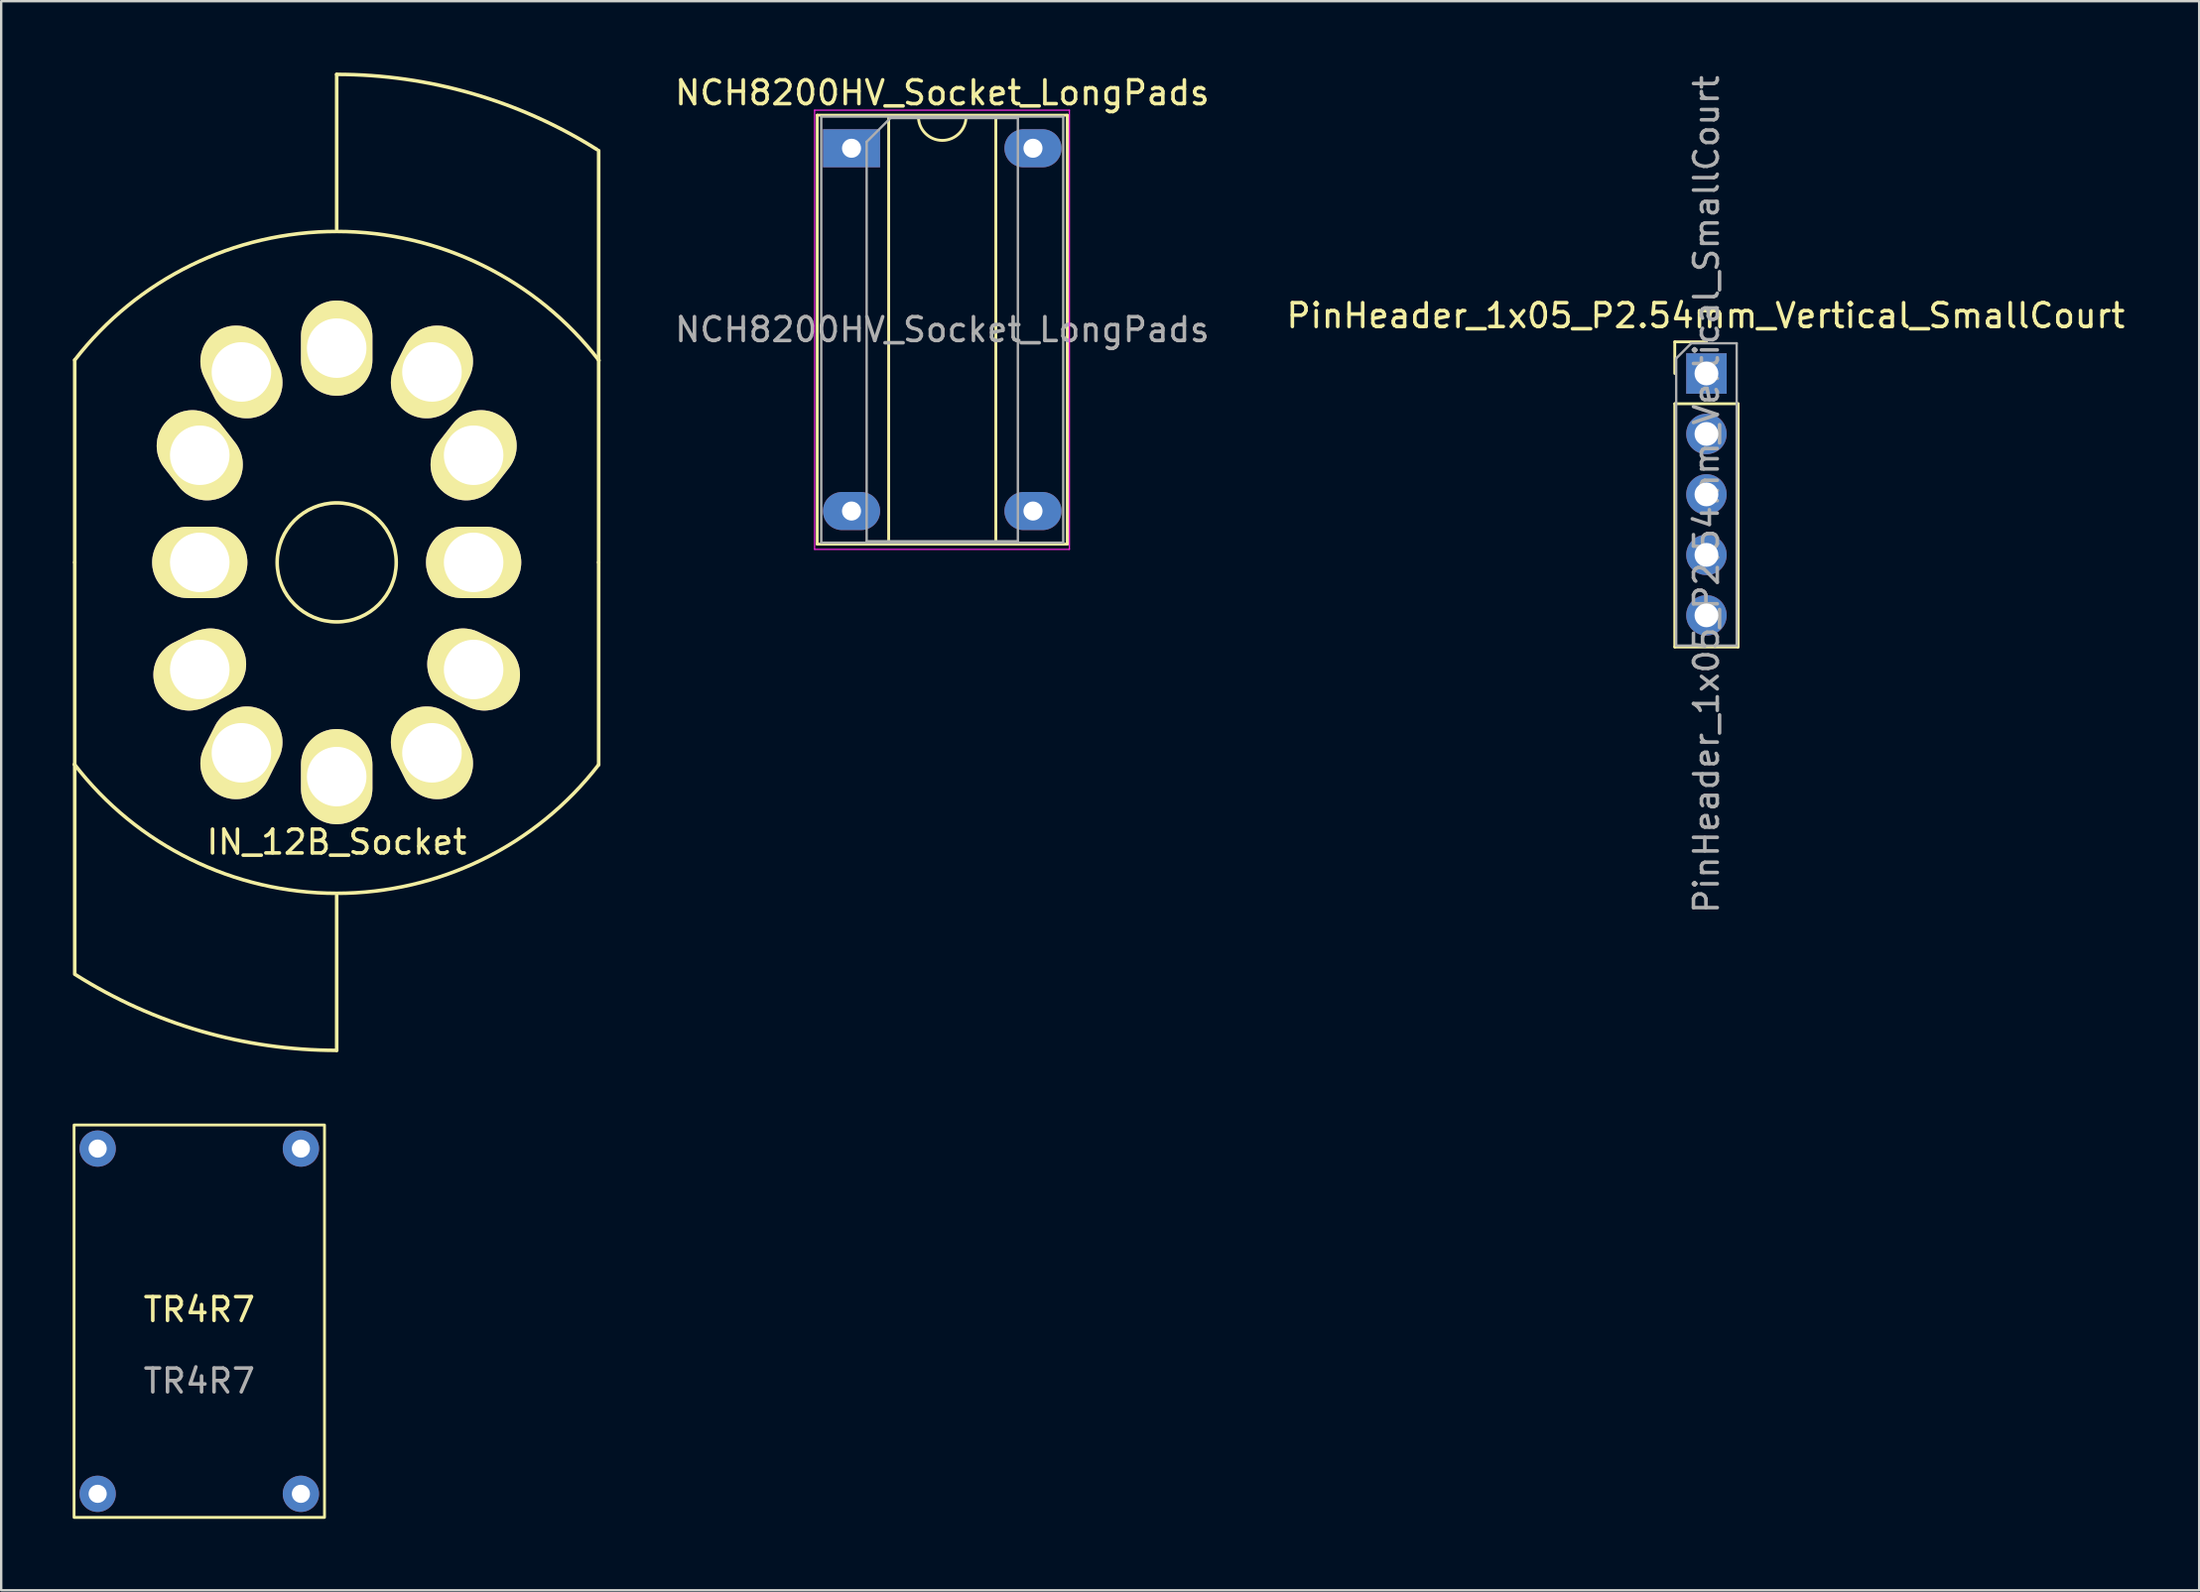
<source format=kicad_pcb>
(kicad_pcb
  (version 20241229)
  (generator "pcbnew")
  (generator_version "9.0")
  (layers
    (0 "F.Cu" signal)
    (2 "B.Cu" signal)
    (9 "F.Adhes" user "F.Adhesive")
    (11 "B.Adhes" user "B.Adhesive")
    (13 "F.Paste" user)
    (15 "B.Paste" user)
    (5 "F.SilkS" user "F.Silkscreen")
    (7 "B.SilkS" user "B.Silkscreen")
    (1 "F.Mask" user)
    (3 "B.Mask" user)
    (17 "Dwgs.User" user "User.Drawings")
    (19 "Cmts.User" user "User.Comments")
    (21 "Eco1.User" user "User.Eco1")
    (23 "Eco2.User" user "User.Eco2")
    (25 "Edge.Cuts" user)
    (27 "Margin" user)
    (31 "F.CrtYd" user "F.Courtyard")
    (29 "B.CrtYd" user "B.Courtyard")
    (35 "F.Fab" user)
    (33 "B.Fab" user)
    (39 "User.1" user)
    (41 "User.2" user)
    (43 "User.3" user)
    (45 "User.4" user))
  (footprint "TR4R7"
    (layer "F.Cu")
    (at 5.318 52.465)
    (property "Reference" "TR4R7" (at 0 -0.5 0) (unlocked yes) (layer "F.SilkS") (effects (font (size 1 1) (thickness 0.15))))
    (attr through_hole)
    (fp_rect (start -5.258 -8.255) (end 5.258 8.23) (stroke (width 0.12) (type default)) (fill no) (layer "F.SilkS"))
    (fp_text user "${REFERENCE}" (at 0 2.5 0) (unlocked yes) (layer "F.Fab") (effects (font (size 1 1) (thickness 0.15))))
    (pad "1" thru_hole circle (at -4.267 -7.264) (size 1.524 1.524) (drill 0.762) (layers "*.Cu" "*.Mask"))
    (pad "2" thru_hole circle (at -4.267 7.239) (size 1.524 1.524) (drill 0.762) (layers "*.Cu" "*.Mask"))
    (pad "3" thru_hole circle (at 4.267 7.239) (size 1.524 1.524) (drill 0.762) (layers "*.Cu" "*.Mask"))
    (pad "4" thru_hole circle (at 4.267 -7.264) (size 1.524 1.524) (drill 0.762) (layers "*.Cu" "*.Mask")))
  (footprint "IN_12B_Socket"
    (layer "F.Cu")
    (at 11.088 20.575)
    (property "Reference" "IN_12B_Socket" (at 0 11.75 0) (layer "F.SilkS") (effects (font (size 1 1) (thickness 0.15))))
    (attr through_hole)
    (fp_line (start -11 0) (end -11 -8.5) (stroke (width 0.15) (type solid)) (layer "F.SilkS"))
    (fp_line (start -11 0) (end -11 8.5) (stroke (width 0.15) (type solid)) (layer "F.SilkS"))
    (fp_line (start -11 17.3) (end -11 8.5) (stroke (width 0.15) (type solid)) (layer "F.SilkS"))
    (fp_line (start 0 -20.5) (end 0 -14) (stroke (width 0.15) (type solid)) (layer "F.SilkS"))
    (fp_line (start 0 20.5) (end 0 14) (stroke (width 0.15) (type solid)) (layer "F.SilkS"))
    (fp_line (start 11 -17.3) (end 11 -8.5) (stroke (width 0.15) (type solid)) (layer "F.SilkS"))
    (fp_line (start 11 0) (end 11 -8.5) (stroke (width 0.15) (type solid)) (layer "F.SilkS"))
    (fp_line (start 11 0) (end 11 8.5) (stroke (width 0.15) (type solid)) (layer "F.SilkS"))
    (fp_arc (start -11 -8.5) (mid 0.010734 -13.901435) (end 11.013113 -8.483003) (stroke (width 0.15) (type solid)) (layer "F.SilkS"))
    (fp_arc (start 0 -20.5) (mid 5.684951 -19.695973) (end 10.923964 -17.34696) (stroke (width 0.15) (type solid)) (layer "F.SilkS"))
    (fp_arc (start 0 20.5) (mid -5.702136 19.691004) (end -10.954223 17.327868) (stroke (width 0.15) (type solid)) (layer "F.SilkS"))
    (fp_arc (start 11 8.5) (mid -0.010734 13.901435) (end -11.013113 8.483003) (stroke (width 0.15) (type solid)) (layer "F.SilkS"))
    (fp_circle (center 0 0) (end 2.5 0) (stroke (width 0.15) (type solid)) (fill no) (layer "F.SilkS"))
    (pad "1" thru_hole oval (at 4 -8 333.4) (size 3 4) (drill 2.5) (layers "*.Cu" "*.Mask" "F.SilkS"))
    (pad "2" thru_hole oval (at 5.75 -4.5 322) (size 3 4) (drill 2.5) (layers "*.Cu" "*.Mask" "F.SilkS"))
    (pad "3" thru_hole oval (at 5.75 0 270) (size 3 4) (drill 2.5) (layers "*.Cu" "*.Mask" "F.SilkS"))
    (pad "4" thru_hole oval (at 5.75 4.5 243.4) (size 3 4) (drill 2.5) (layers "*.Cu" "*.Mask" "F.SilkS"))
    (pad "5" thru_hole oval (at 4 8 206.6) (size 3 4) (drill 2.5) (layers "*.Cu" "*.Mask" "F.SilkS"))
    (pad "6" thru_hole oval (at 0 9) (size 3 4) (drill 2.5) (layers "*.Cu" "*.Mask" "F.SilkS"))
    (pad "7" thru_hole oval (at -4 8 153.4) (size 3 4) (drill 2.5) (layers "*.Cu" "*.Mask" "F.SilkS"))
    (pad "8" thru_hole oval (at -5.75 4.5 116.6) (size 3 4) (drill 2.5) (layers "*.Cu" "*.Mask" "F.SilkS"))
    (pad "9" thru_hole oval (at -5.75 0 90) (size 3 4) (drill 2.5) (layers "*.Cu" "*.Mask" "F.SilkS"))
    (pad "10" thru_hole oval (at -5.75 -4.5 38) (size 3 4) (drill 2.5) (layers "*.Cu" "*.Mask" "F.SilkS"))
    (pad "11" thru_hole oval (at -4 -8 26.6) (size 3 4) (drill 2.5) (layers "*.Cu" "*.Mask" "F.SilkS"))
    (pad "12" thru_hole oval (at 0 -9) (size 3 4) (drill 2.5) (layers "*.Cu" "*.Mask" "F.SilkS")))
  (footprint "PinHeader_1x05_P2.54mm_Vertical_SmallCourt"
    (layer "F.Cu")
    (at 68.605 12.64)
    (property "Reference" "PinHeader_1x05_P2.54mm_Vertical_SmallCourt" (at -0.03 -2.43 0) (layer "F.SilkS") (effects (font (size 1 1) (thickness 0.15))))
    (attr through_hole)
    (fp_line (start -1.33 -1.33) (end 0 -1.33) (stroke (width 0.12) (type solid)) (layer "F.SilkS"))
    (fp_line (start -1.33 0) (end -1.33 -1.33) (stroke (width 0.12) (type solid)) (layer "F.SilkS"))
    (fp_line (start -1.33 1.27) (end -1.33 11.49) (stroke (width 0.12) (type solid)) (layer "F.SilkS"))
    (fp_line (start -1.33 1.27) (end 1.33 1.27) (stroke (width 0.12) (type solid)) (layer "F.SilkS"))
    (fp_line (start -1.33 11.49) (end 1.33 11.49) (stroke (width 0.12) (type solid)) (layer "F.SilkS"))
    (fp_line (start 1.33 1.27) (end 1.33 11.49) (stroke (width 0.12) (type solid)) (layer "F.SilkS"))
    (fp_line (start -1.27 -0.635) (end -0.635 -1.27) (stroke (width 0.1) (type solid)) (layer "F.Fab"))
    (fp_line (start -1.27 11.43) (end -1.27 -0.635) (stroke (width 0.1) (type solid)) (layer "F.Fab"))
    (fp_line (start -0.635 -1.27) (end 1.27 -1.27) (stroke (width 0.1) (type solid)) (layer "F.Fab"))
    (fp_line (start 1.27 -1.27) (end 1.27 11.43) (stroke (width 0.1) (type solid)) (layer "F.Fab"))
    (fp_line (start 1.27 11.43) (end -1.27 11.43) (stroke (width 0.1) (type solid)) (layer "F.Fab"))
    (fp_text user "${REFERENCE}" (at 0 5.08 90) (layer "F.Fab") (effects (font (size 1 1) (thickness 0.15))))
    (pad "1" thru_hole rect (at 0 0) (size 1.7 1.7) (drill 1) (layers "*.Cu" "*.Mask"))
    (pad "2" thru_hole oval (at 0 2.54) (size 1.7 1.7) (drill 1) (layers "*.Cu" "*.Mask"))
    (pad "3" thru_hole oval (at 0 5.08) (size 1.7 1.7) (drill 1) (layers "*.Cu" "*.Mask"))
    (pad "4" thru_hole oval (at 0 7.62) (size 1.7 1.7) (drill 1) (layers "*.Cu" "*.Mask"))
    (pad "5" thru_hole oval (at 0 10.16) (size 1.7 1.7) (drill 1) (layers "*.Cu" "*.Mask")))
  (footprint "NCH8200HV_Socket_LongPads"
    (layer "F.Cu")
    (at 32.706 3.178)
    (property "Reference" "NCH8200HV_Socket_LongPads" (at 3.81 -2.33 0) (layer "F.SilkS") (effects (font (size 1 1) (thickness 0.15))))
    (attr through_hole)
    (fp_line (start -1.44 -1.39) (end -1.44 16.63) (stroke (width 0.12) (type solid)) (layer "F.SilkS"))
    (fp_line (start -1.44 16.63) (end 9.06 16.63) (stroke (width 0.12) (type solid)) (layer "F.SilkS"))
    (fp_line (start 1.56 -1.33) (end 1.56 16.57) (stroke (width 0.12) (type solid)) (layer "F.SilkS"))
    (fp_line (start 1.56 16.57) (end 6.06 16.57) (stroke (width 0.12) (type solid)) (layer "F.SilkS"))
    (fp_line (start 2.81 -1.33) (end 1.56 -1.33) (stroke (width 0.12) (type solid)) (layer "F.SilkS"))
    (fp_line (start 6.06 -1.33) (end 4.81 -1.33) (stroke (width 0.12) (type solid)) (layer "F.SilkS"))
    (fp_line (start 6.06 16.57) (end 6.06 -1.33) (stroke (width 0.12) (type solid)) (layer "F.SilkS"))
    (fp_line (start 9.06 -1.39) (end -1.44 -1.39) (stroke (width 0.12) (type solid)) (layer "F.SilkS"))
    (fp_line (start 9.06 16.63) (end 9.06 -1.39) (stroke (width 0.12) (type solid)) (layer "F.SilkS"))
    (fp_arc (start 4.81 -1.33) (mid 3.81 -0.33) (end 2.81 -1.33) (stroke (width 0.12) (type solid)) (layer "F.SilkS"))
    (fp_line (start -1.55 -1.6) (end -1.55 16.85) (stroke (width 0.05) (type solid)) (layer "F.CrtYd"))
    (fp_line (start -1.55 16.85) (end 9.15 16.85) (stroke (width 0.05) (type solid)) (layer "F.CrtYd"))
    (fp_line (start 9.15 -1.6) (end -1.55 -1.6) (stroke (width 0.05) (type solid)) (layer "F.CrtYd"))
    (fp_line (start 9.15 16.85) (end 9.15 -1.6) (stroke (width 0.05) (type solid)) (layer "F.CrtYd"))
    (fp_line (start -1.27 -1.33) (end -1.27 16.57) (stroke (width 0.1) (type solid)) (layer "F.Fab"))
    (fp_line (start -1.27 16.57) (end 8.89 16.57) (stroke (width 0.1) (type solid)) (layer "F.Fab"))
    (fp_line (start 0.635 -0.27) (end 1.635 -1.27) (stroke (width 0.1) (type solid)) (layer "F.Fab"))
    (fp_line (start 0.635 16.51) (end 0.635 -0.27) (stroke (width 0.1) (type solid)) (layer "F.Fab"))
    (fp_line (start 1.635 -1.27) (end 6.985 -1.27) (stroke (width 0.1) (type solid)) (layer "F.Fab"))
    (fp_line (start 6.985 -1.27) (end 6.985 16.51) (stroke (width 0.1) (type solid)) (layer "F.Fab"))
    (fp_line (start 6.985 16.51) (end 0.635 16.51) (stroke (width 0.1) (type solid)) (layer "F.Fab"))
    (fp_line (start 8.89 -1.33) (end -1.27 -1.33) (stroke (width 0.1) (type solid)) (layer "F.Fab"))
    (fp_line (start 8.89 16.57) (end 8.89 -1.33) (stroke (width 0.1) (type solid)) (layer "F.Fab"))
    (fp_text user "${REFERENCE}" (at 3.81 7.62 0) (layer "F.Fab") (effects (font (size 1 1) (thickness 0.15))))
    (pad "1" thru_hole rect (at 0 0) (size 2.4 1.6) (drill 0.8) (layers "*.Cu" "*.Mask"))
    (pad "2" thru_hole oval (at 0 15.24) (size 2.4 1.6) (drill 0.8) (layers "*.Cu" "*.Mask"))
    (pad "3" thru_hole oval (at 7.62 15.24) (size 2.4 1.6) (drill 0.8) (layers "*.Cu" "*.Mask"))
    (pad "4" thru_hole oval (at 7.62 0) (size 2.4 1.6) (drill 0.8) (layers "*.Cu" "*.Mask")))
  (gr_rect
    (start -3 -3)
    (end 89.295 63.755)
    (stroke (width 0.1) (type default))
    (fill no)
    (layer "Edge.Cuts")))
</source>
